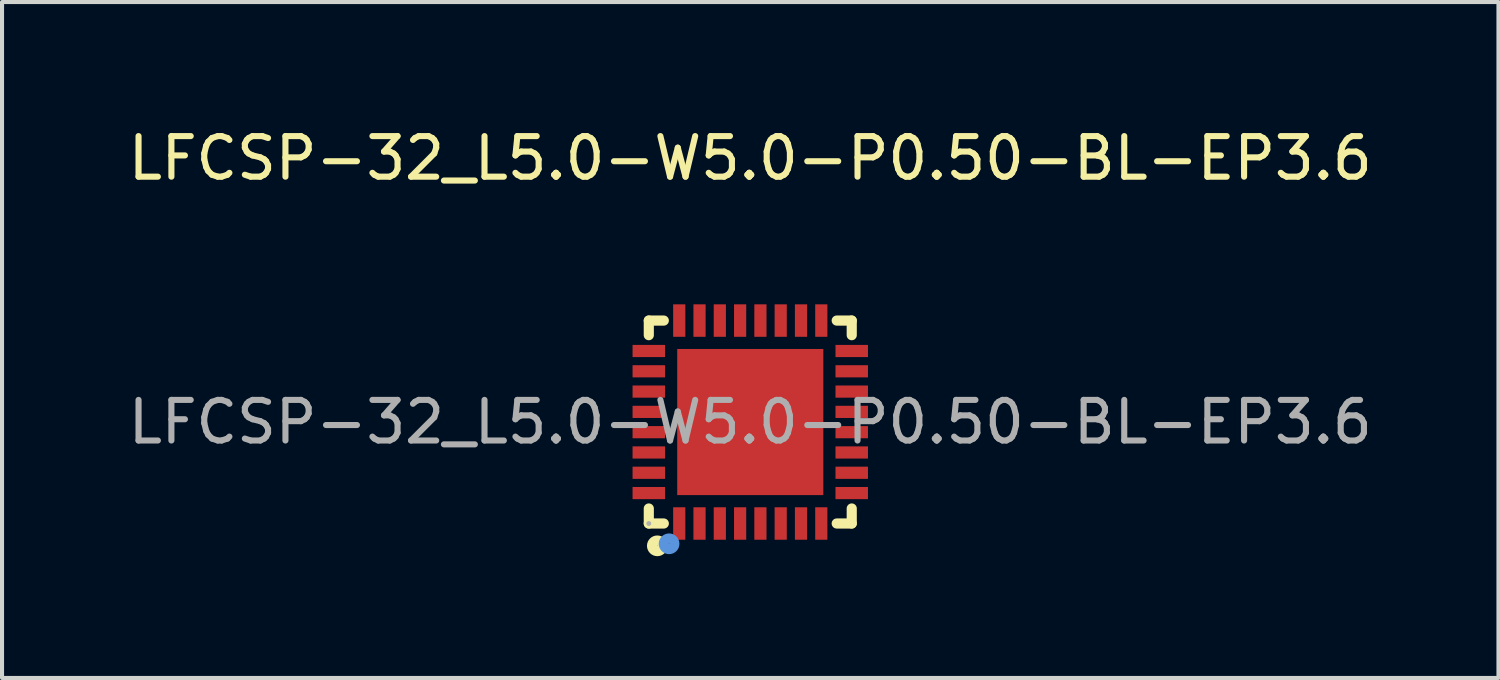
<source format=kicad_pcb>
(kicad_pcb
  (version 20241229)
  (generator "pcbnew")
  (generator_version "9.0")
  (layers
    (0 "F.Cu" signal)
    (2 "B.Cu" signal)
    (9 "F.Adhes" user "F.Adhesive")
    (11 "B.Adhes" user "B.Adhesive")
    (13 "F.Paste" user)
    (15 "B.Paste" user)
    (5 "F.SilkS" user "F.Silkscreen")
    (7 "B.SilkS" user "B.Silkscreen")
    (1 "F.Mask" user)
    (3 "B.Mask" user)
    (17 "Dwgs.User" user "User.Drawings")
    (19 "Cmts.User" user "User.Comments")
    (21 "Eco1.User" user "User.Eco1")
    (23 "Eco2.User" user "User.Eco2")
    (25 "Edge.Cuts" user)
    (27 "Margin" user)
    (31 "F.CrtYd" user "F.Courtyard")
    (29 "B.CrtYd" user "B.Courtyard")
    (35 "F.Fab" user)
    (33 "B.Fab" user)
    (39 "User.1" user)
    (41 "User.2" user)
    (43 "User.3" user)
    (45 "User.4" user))
  (footprint "LFCSP-32_L5.0-W5.0-P0.50-BL-EP3.6"
    (layer "F.Cu")
    (at 15.435 7.348)
    (property "Reference" "LFCSP-32_L5.0-W5.0-P0.50-BL-EP3.6" (at 0 -6.5 0) (layer "F.SilkS") (effects (font (size 1 1) (thickness 0.15))))
    (attr smd)
    (fp_line (start -2.5 -2.5) (end -2.13 -2.5) (stroke (width 0.25) (type solid)) (layer "F.SilkS"))
    (fp_line (start -2.5 -2.14) (end -2.5 -2.5) (stroke (width 0.25) (type solid)) (layer "F.SilkS"))
    (fp_line (start -2.5 2.5) (end -2.5 2.13) (stroke (width 0.25) (type solid)) (layer "F.SilkS"))
    (fp_line (start -2.13 2.5) (end -2.5 2.5) (stroke (width 0.25) (type solid)) (layer "F.SilkS"))
    (fp_line (start 2.13 -2.5) (end 2.5 -2.5) (stroke (width 0.25) (type solid)) (layer "F.SilkS"))
    (fp_line (start 2.5 -2.5) (end 2.5 -2.14) (stroke (width 0.25) (type solid)) (layer "F.SilkS"))
    (fp_line (start 2.5 2.13) (end 2.5 2.5) (stroke (width 0.25) (type solid)) (layer "F.SilkS"))
    (fp_line (start 2.5 2.5) (end 2.13 2.5) (stroke (width 0.25) (type solid)) (layer "F.SilkS"))
    (fp_circle (center -2.29 3.05) (end -2.16 3.05) (stroke (width 0.25) (type solid)) (fill no) (layer "F.SilkS"))
    (fp_circle (center -2 3) (end -1.87 3) (stroke (width 0.25) (type solid)) (fill no) (layer "Cmts.User"))
    (fp_circle (center -2.5 2.5) (end -2.47 2.5) (stroke (width 0.06) (type solid)) (fill no) (layer "F.Fab"))
    (fp_text user "${REFERENCE}" (at 0 0 0) (layer "F.Fab") (effects (font (size 1 1) (thickness 0.15))))
    (pad "1" smd rect (at -1.75 2.5 90) (size 0.8 0.3) (layers "F.Cu" "F.Mask" "F.Paste"))
    (pad "2" smd rect (at -1.25 2.5 90) (size 0.8 0.3) (layers "F.Cu" "F.Mask" "F.Paste"))
    (pad "3" smd rect (at -0.75 2.5 90) (size 0.8 0.3) (layers "F.Cu" "F.Mask" "F.Paste"))
    (pad "4" smd rect (at -0.25 2.5 90) (size 0.8 0.3) (layers "F.Cu" "F.Mask" "F.Paste"))
    (pad "5" smd rect (at 0.25 2.5 90) (size 0.8 0.3) (layers "F.Cu" "F.Mask" "F.Paste"))
    (pad "6" smd rect (at 0.75 2.5 90) (size 0.8 0.3) (layers "F.Cu" "F.Mask" "F.Paste"))
    (pad "7" smd rect (at 1.25 2.5 90) (size 0.8 0.3) (layers "F.Cu" "F.Mask" "F.Paste"))
    (pad "8" smd rect (at 1.75 2.5 90) (size 0.8 0.3) (layers "F.Cu" "F.Mask" "F.Paste"))
    (pad "9" smd rect (at 2.5 1.75 180) (size 0.8 0.3) (layers "F.Cu" "F.Mask" "F.Paste"))
    (pad "10" smd rect (at 2.5 1.25 180) (size 0.8 0.3) (layers "F.Cu" "F.Mask" "F.Paste"))
    (pad "11" smd rect (at 2.5 0.75 180) (size 0.8 0.3) (layers "F.Cu" "F.Mask" "F.Paste"))
    (pad "12" smd rect (at 2.5 0.25 180) (size 0.8 0.3) (layers "F.Cu" "F.Mask" "F.Paste"))
    (pad "13" smd rect (at 2.5 -0.25 180) (size 0.8 0.3) (layers "F.Cu" "F.Mask" "F.Paste"))
    (pad "14" smd rect (at 2.5 -0.75 180) (size 0.8 0.3) (layers "F.Cu" "F.Mask" "F.Paste"))
    (pad "15" smd rect (at 2.5 -1.25 180) (size 0.8 0.3) (layers "F.Cu" "F.Mask" "F.Paste"))
    (pad "16" smd rect (at 2.5 -1.75 180) (size 0.8 0.3) (layers "F.Cu" "F.Mask" "F.Paste"))
    (pad "17" smd rect (at 1.75 -2.5 270) (size 0.8 0.3) (layers "F.Cu" "F.Mask" "F.Paste"))
    (pad "18" smd rect (at 1.25 -2.5 270) (size 0.8 0.3) (layers "F.Cu" "F.Mask" "F.Paste"))
    (pad "19" smd rect (at 0.75 -2.5 270) (size 0.8 0.3) (layers "F.Cu" "F.Mask" "F.Paste"))
    (pad "20" smd rect (at 0.25 -2.5 270) (size 0.8 0.3) (layers "F.Cu" "F.Mask" "F.Paste"))
    (pad "21" smd rect (at -0.25 -2.5 270) (size 0.8 0.3) (layers "F.Cu" "F.Mask" "F.Paste"))
    (pad "22" smd rect (at -0.75 -2.5 270) (size 0.8 0.3) (layers "F.Cu" "F.Mask" "F.Paste"))
    (pad "23" smd rect (at -1.25 -2.5 270) (size 0.8 0.3) (layers "F.Cu" "F.Mask" "F.Paste"))
    (pad "24" smd rect (at -1.75 -2.5 270) (size 0.8 0.3) (layers "F.Cu" "F.Mask" "F.Paste"))
    (pad "25" smd rect (at -2.5 -1.75) (size 0.8 0.3) (layers "F.Cu" "F.Mask" "F.Paste"))
    (pad "26" smd rect (at -2.5 -1.25) (size 0.8 0.3) (layers "F.Cu" "F.Mask" "F.Paste"))
    (pad "27" smd rect (at -2.5 -0.75) (size 0.8 0.3) (layers "F.Cu" "F.Mask" "F.Paste"))
    (pad "28" smd rect (at -2.5 -0.25) (size 0.8 0.3) (layers "F.Cu" "F.Mask" "F.Paste"))
    (pad "29" smd rect (at -2.5 0.25) (size 0.8 0.3) (layers "F.Cu" "F.Mask" "F.Paste"))
    (pad "30" smd rect (at -2.5 0.75) (size 0.8 0.3) (layers "F.Cu" "F.Mask" "F.Paste"))
    (pad "31" smd rect (at -2.5 1.25) (size 0.8 0.3) (layers "F.Cu" "F.Mask" "F.Paste"))
    (pad "32" smd rect (at -2.5 1.75) (size 0.8 0.3) (layers "F.Cu" "F.Mask" "F.Paste"))
    (pad "33" smd rect (at 0 0 90) (size 3.6 3.6) (layers "F.Cu" "F.Mask" "F.Paste")))
  (gr_rect
    (start -3 -3)
    (end 33.869 13.653)
    (stroke (width 0.1) (type default))
    (fill no)
    (layer "Edge.Cuts")))
</source>
